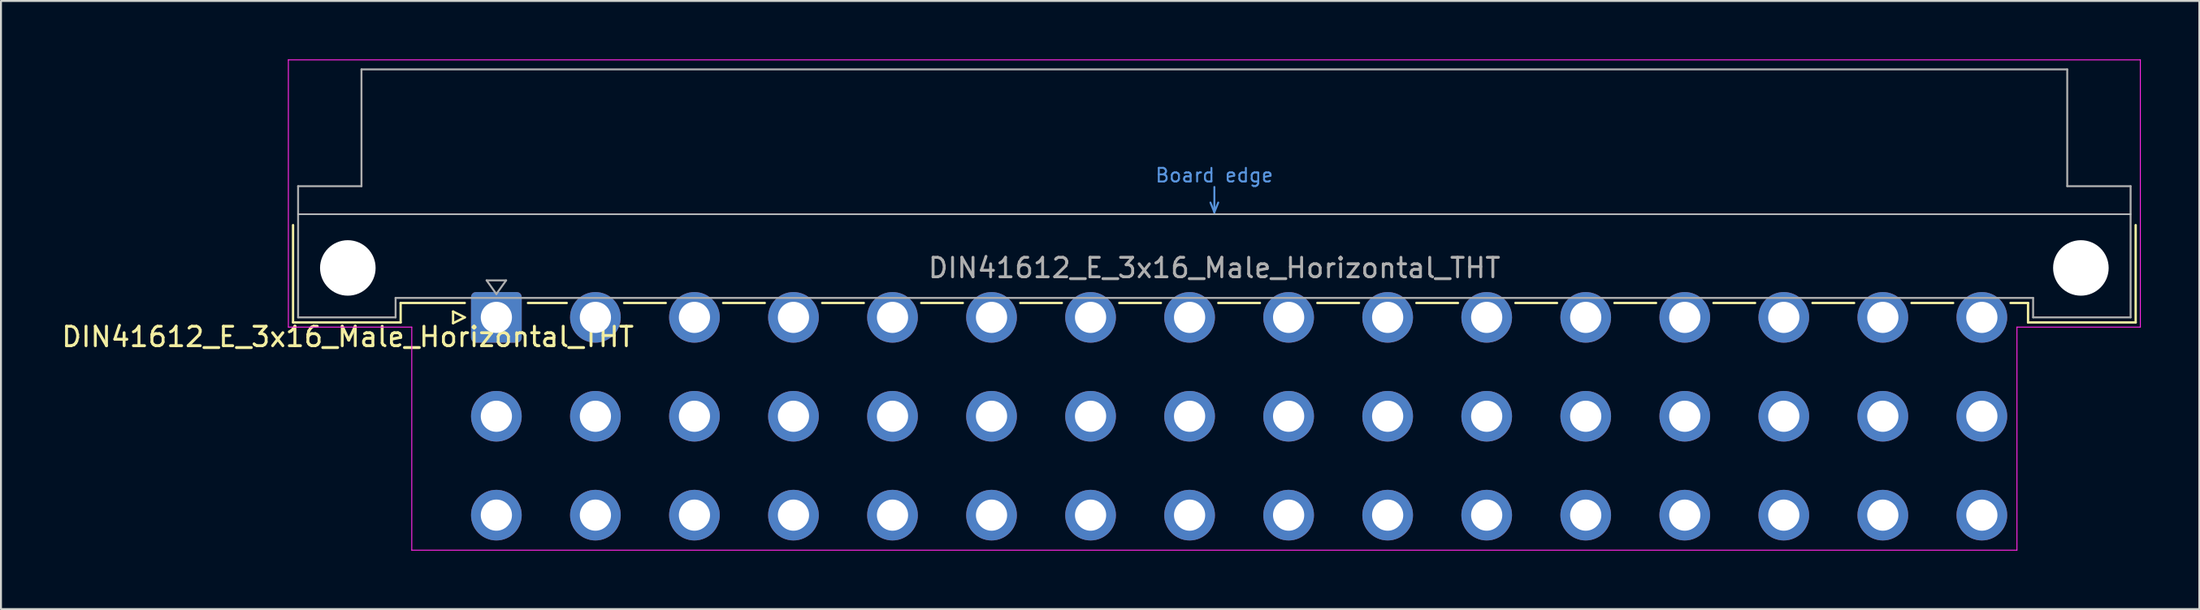
<source format=kicad_pcb>
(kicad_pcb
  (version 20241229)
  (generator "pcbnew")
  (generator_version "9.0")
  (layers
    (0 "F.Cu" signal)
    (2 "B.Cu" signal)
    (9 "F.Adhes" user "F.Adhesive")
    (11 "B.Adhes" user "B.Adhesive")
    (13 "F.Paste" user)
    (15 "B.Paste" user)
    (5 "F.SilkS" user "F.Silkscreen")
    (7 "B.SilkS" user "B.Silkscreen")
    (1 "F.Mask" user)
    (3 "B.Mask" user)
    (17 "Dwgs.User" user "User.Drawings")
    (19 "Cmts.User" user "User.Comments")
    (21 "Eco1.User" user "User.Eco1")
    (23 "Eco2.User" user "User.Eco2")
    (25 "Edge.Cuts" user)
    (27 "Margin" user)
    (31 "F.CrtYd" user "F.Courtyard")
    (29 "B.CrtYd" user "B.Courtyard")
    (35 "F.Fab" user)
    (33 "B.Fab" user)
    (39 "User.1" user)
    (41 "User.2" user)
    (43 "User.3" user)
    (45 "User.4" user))
  (footprint "DIN41612_E_3x16_Male_Horizontal_THT"
    (layer "F.Cu")
    (at 19.872 13.255)
    (property "Reference" "DIN41612_E_3x16_Male_Horizontal_THT" (at -5.08 1 0) (layer "F.SilkS") (effects (font (size 1 1) (thickness 0.15))))
    (attr through_hole)
    (fp_line (start -7.89 -4.74) (end -7.89 0.26) (stroke (width 0.12) (type solid)) (layer "F.SilkS"))
    (fp_line (start -7.89 0.26) (end -2.37 0.26) (stroke (width 0.12) (type solid)) (layer "F.SilkS"))
    (fp_line (start -2.371 -0.74) (end 0.92 -0.74) (stroke (width 0.12) (type solid)) (layer "F.SilkS"))
    (fp_line (start -2.37 0.26) (end -2.37 -0.74) (stroke (width 0.12) (type solid)) (layer "F.SilkS"))
    (fp_line (start 0.32 -0.3) (end 0.32 0.3) (stroke (width 0.12) (type solid)) (layer "F.SilkS"))
    (fp_line (start 0.32 0.3) (end 0.92 0) (stroke (width 0.12) (type solid)) (layer "F.SilkS"))
    (fp_line (start 0.92 0) (end 0.32 -0.3) (stroke (width 0.12) (type solid)) (layer "F.SilkS"))
    (fp_line (start 4.16 -0.74) (end 6.149 -0.74) (stroke (width 0.12) (type solid)) (layer "F.SilkS"))
    (fp_line (start 9.092 -0.74) (end 11.229 -0.74) (stroke (width 0.12) (type solid)) (layer "F.SilkS"))
    (fp_line (start 14.172 -0.74) (end 16.309 -0.74) (stroke (width 0.12) (type solid)) (layer "F.SilkS"))
    (fp_line (start 19.252 -0.74) (end 21.389 -0.74) (stroke (width 0.12) (type solid)) (layer "F.SilkS"))
    (fp_line (start 24.332 -0.74) (end 26.469 -0.74) (stroke (width 0.12) (type solid)) (layer "F.SilkS"))
    (fp_line (start 29.412 -0.74) (end 31.549 -0.74) (stroke (width 0.12) (type solid)) (layer "F.SilkS"))
    (fp_line (start 34.492 -0.74) (end 36.629 -0.74) (stroke (width 0.12) (type solid)) (layer "F.SilkS"))
    (fp_line (start 39.572 -0.74) (end 41.709 -0.74) (stroke (width 0.12) (type solid)) (layer "F.SilkS"))
    (fp_line (start 44.652 -0.74) (end 46.789 -0.74) (stroke (width 0.12) (type solid)) (layer "F.SilkS"))
    (fp_line (start 49.732 -0.74) (end 51.869 -0.74) (stroke (width 0.12) (type solid)) (layer "F.SilkS"))
    (fp_line (start 54.812 -0.74) (end 56.949 -0.74) (stroke (width 0.12) (type solid)) (layer "F.SilkS"))
    (fp_line (start 59.892 -0.74) (end 62.029 -0.74) (stroke (width 0.12) (type solid)) (layer "F.SilkS"))
    (fp_line (start 64.972 -0.74) (end 67.109 -0.74) (stroke (width 0.12) (type solid)) (layer "F.SilkS"))
    (fp_line (start 70.052 -0.74) (end 72.189 -0.74) (stroke (width 0.12) (type solid)) (layer "F.SilkS"))
    (fp_line (start 75.132 -0.74) (end 77.269 -0.74) (stroke (width 0.12) (type solid)) (layer "F.SilkS"))
    (fp_line (start 80.212 -0.74) (end 81.11 -0.74) (stroke (width 0.12) (type solid)) (layer "F.SilkS"))
    (fp_line (start 81.11 0.26) (end 81.11 -0.74) (stroke (width 0.12) (type solid)) (layer "F.SilkS"))
    (fp_line (start 86.63 -4.74) (end 86.63 0.26) (stroke (width 0.12) (type solid)) (layer "F.SilkS"))
    (fp_line (start 86.63 0.26) (end 81.11 0.26) (stroke (width 0.12) (type solid)) (layer "F.SilkS"))
    (fp_line (start -7.63 -5.3) (end 86.37 -5.3) (stroke (width 0.08) (type solid)) (layer "Dwgs.User"))
    (fp_line (start 39.17 -5.9) (end 39.37 -5.4) (stroke (width 0.1) (type solid)) (layer "Cmts.User"))
    (fp_line (start 39.37 -5.4) (end 39.37 -6.7) (stroke (width 0.1) (type solid)) (layer "Cmts.User"))
    (fp_line (start 39.37 -5.4) (end 39.57 -5.9) (stroke (width 0.1) (type solid)) (layer "Cmts.User"))
    (fp_line (start -8.13 -13.23) (end -8.13 0.5) (stroke (width 0.05) (type solid)) (layer "F.CrtYd"))
    (fp_line (start -8.13 0.5) (end -1.8 0.5) (stroke (width 0.05) (type solid)) (layer "F.CrtYd"))
    (fp_line (start -1.8 0.5) (end -1.8 11.96) (stroke (width 0.05) (type solid)) (layer "F.CrtYd"))
    (fp_line (start -1.8 11.96) (end 80.54 11.96) (stroke (width 0.05) (type solid)) (layer "F.CrtYd"))
    (fp_line (start 80.54 0.5) (end 86.87 0.5) (stroke (width 0.05) (type solid)) (layer "F.CrtYd"))
    (fp_line (start 80.54 11.96) (end 80.54 0.5) (stroke (width 0.05) (type solid)) (layer "F.CrtYd"))
    (fp_line (start 86.87 -13.23) (end -8.13 -13.23) (stroke (width 0.05) (type solid)) (layer "F.CrtYd"))
    (fp_line (start 86.87 0.5) (end 86.87 -13.23) (stroke (width 0.05) (type solid)) (layer "F.CrtYd"))
    (fp_line (start -7.63 -6.74) (end -7.63 0) (stroke (width 0.1) (type solid)) (layer "F.Fab"))
    (fp_line (start -7.63 0) (end -2.63 0) (stroke (width 0.1) (type solid)) (layer "F.Fab"))
    (fp_line (start -4.38 -12.74) (end -4.38 -6.74) (stroke (width 0.1) (type solid)) (layer "F.Fab"))
    (fp_line (start -4.38 -6.74) (end -7.63 -6.74) (stroke (width 0.1) (type solid)) (layer "F.Fab"))
    (fp_line (start -2.63 -1) (end 81.37 -1) (stroke (width 0.1) (type solid)) (layer "F.Fab"))
    (fp_line (start -2.63 0) (end -2.63 -1) (stroke (width 0.1) (type solid)) (layer "F.Fab"))
    (fp_line (start 2.04 -1.9) (end 3.04 -1.9) (stroke (width 0.1) (type solid)) (layer "F.Fab"))
    (fp_line (start 2.54 -1.2) (end 2.04 -1.9) (stroke (width 0.1) (type solid)) (layer "F.Fab"))
    (fp_line (start 3.04 -1.9) (end 2.54 -1.2) (stroke (width 0.1) (type solid)) (layer "F.Fab"))
    (fp_line (start 81.37 -1) (end 81.37 0) (stroke (width 0.1) (type solid)) (layer "F.Fab"))
    (fp_line (start 81.37 0) (end 86.37 0) (stroke (width 0.1) (type solid)) (layer "F.Fab"))
    (fp_line (start 83.12 -12.74) (end -4.38 -12.74) (stroke (width 0.1) (type solid)) (layer "F.Fab"))
    (fp_line (start 83.12 -6.74) (end 83.12 -12.74) (stroke (width 0.1) (type solid)) (layer "F.Fab"))
    (fp_line (start 86.37 -6.74) (end 83.12 -6.74) (stroke (width 0.1) (type solid)) (layer "F.Fab"))
    (fp_line (start 86.37 0) (end 86.37 -6.74) (stroke (width 0.1) (type solid)) (layer "F.Fab"))
    (fp_text user "Board edge" (at 39.37 -7.3 0) (layer "Cmts.User") (effects (font (size 0.7 0.7) (thickness 0.1))))
    (fp_text user "${REFERENCE}" (at 39.37 -2.54 0) (layer "F.Fab") (effects (font (size 1 1) (thickness 0.15))))
    (pad "" np_thru_hole circle (at -5.08 -2.54) (size 2.85 2.85) (drill 2.85) (layers "*.Cu" "*.Mask"))
    (pad "" np_thru_hole circle (at 83.82 -2.54) (size 2.85 2.85) (drill 2.85) (layers "*.Cu" "*.Mask"))
    (pad "a2" thru_hole roundrect (at 2.54 0) (size 2.6 2.6) (drill 1.6) (layers "*.Cu" "*.Mask") (roundrect_rratio 0.096))
    (pad "a4" thru_hole circle (at 7.62 0) (size 2.6 2.6) (drill 1.6) (layers "*.Cu" "*.Mask"))
    (pad "a6" thru_hole circle (at 12.7 0) (size 2.6 2.6) (drill 1.6) (layers "*.Cu" "*.Mask"))
    (pad "a8" thru_hole circle (at 17.78 0) (size 2.6 2.6) (drill 1.6) (layers "*.Cu" "*.Mask"))
    (pad "a10" thru_hole circle (at 22.86 0) (size 2.6 2.6) (drill 1.6) (layers "*.Cu" "*.Mask"))
    (pad "a12" thru_hole circle (at 27.94 0) (size 2.6 2.6) (drill 1.6) (layers "*.Cu" "*.Mask"))
    (pad "a14" thru_hole circle (at 33.02 0) (size 2.6 2.6) (drill 1.6) (layers "*.Cu" "*.Mask"))
    (pad "a16" thru_hole circle (at 38.1 0) (size 2.6 2.6) (drill 1.6) (layers "*.Cu" "*.Mask"))
    (pad "a18" thru_hole circle (at 43.18 0) (size 2.6 2.6) (drill 1.6) (layers "*.Cu" "*.Mask"))
    (pad "a20" thru_hole circle (at 48.26 0) (size 2.6 2.6) (drill 1.6) (layers "*.Cu" "*.Mask"))
    (pad "a22" thru_hole circle (at 53.34 0) (size 2.6 2.6) (drill 1.6) (layers "*.Cu" "*.Mask"))
    (pad "a24" thru_hole circle (at 58.42 0) (size 2.6 2.6) (drill 1.6) (layers "*.Cu" "*.Mask"))
    (pad "a26" thru_hole circle (at 63.5 0) (size 2.6 2.6) (drill 1.6) (layers "*.Cu" "*.Mask"))
    (pad "a28" thru_hole circle (at 68.58 0) (size 2.6 2.6) (drill 1.6) (layers "*.Cu" "*.Mask"))
    (pad "a30" thru_hole circle (at 73.66 0) (size 2.6 2.6) (drill 1.6) (layers "*.Cu" "*.Mask"))
    (pad "a32" thru_hole circle (at 78.74 0) (size 2.6 2.6) (drill 1.6) (layers "*.Cu" "*.Mask"))
    (pad "c2" thru_hole circle (at 2.54 5.08) (size 2.6 2.6) (drill 1.6) (layers "*.Cu" "*.Mask"))
    (pad "c4" thru_hole circle (at 7.62 5.08) (size 2.6 2.6) (drill 1.6) (layers "*.Cu" "*.Mask"))
    (pad "c6" thru_hole circle (at 12.7 5.08) (size 2.6 2.6) (drill 1.6) (layers "*.Cu" "*.Mask"))
    (pad "c8" thru_hole circle (at 17.78 5.08) (size 2.6 2.6) (drill 1.6) (layers "*.Cu" "*.Mask"))
    (pad "c10" thru_hole circle (at 22.86 5.08) (size 2.6 2.6) (drill 1.6) (layers "*.Cu" "*.Mask"))
    (pad "c12" thru_hole circle (at 27.94 5.08) (size 2.6 2.6) (drill 1.6) (layers "*.Cu" "*.Mask"))
    (pad "c14" thru_hole circle (at 33.02 5.08) (size 2.6 2.6) (drill 1.6) (layers "*.Cu" "*.Mask"))
    (pad "c16" thru_hole circle (at 38.1 5.08) (size 2.6 2.6) (drill 1.6) (layers "*.Cu" "*.Mask"))
    (pad "c18" thru_hole circle (at 43.18 5.08) (size 2.6 2.6) (drill 1.6) (layers "*.Cu" "*.Mask"))
    (pad "c20" thru_hole circle (at 48.26 5.08) (size 2.6 2.6) (drill 1.6) (layers "*.Cu" "*.Mask"))
    (pad "c22" thru_hole circle (at 53.34 5.08) (size 2.6 2.6) (drill 1.6) (layers "*.Cu" "*.Mask"))
    (pad "c24" thru_hole circle (at 58.42 5.08) (size 2.6 2.6) (drill 1.6) (layers "*.Cu" "*.Mask"))
    (pad "c26" thru_hole circle (at 63.5 5.08) (size 2.6 2.6) (drill 1.6) (layers "*.Cu" "*.Mask"))
    (pad "c28" thru_hole circle (at 68.58 5.08) (size 2.6 2.6) (drill 1.6) (layers "*.Cu" "*.Mask"))
    (pad "c30" thru_hole circle (at 73.66 5.08) (size 2.6 2.6) (drill 1.6) (layers "*.Cu" "*.Mask"))
    (pad "c32" thru_hole circle (at 78.74 5.08) (size 2.6 2.6) (drill 1.6) (layers "*.Cu" "*.Mask"))
    (pad "e2" thru_hole circle (at 2.54 10.16) (size 2.6 2.6) (drill 1.6) (layers "*.Cu" "*.Mask"))
    (pad "e4" thru_hole circle (at 7.62 10.16) (size 2.6 2.6) (drill 1.6) (layers "*.Cu" "*.Mask"))
    (pad "e6" thru_hole circle (at 12.7 10.16) (size 2.6 2.6) (drill 1.6) (layers "*.Cu" "*.Mask"))
    (pad "e8" thru_hole circle (at 17.78 10.16) (size 2.6 2.6) (drill 1.6) (layers "*.Cu" "*.Mask"))
    (pad "e10" thru_hole circle (at 22.86 10.16) (size 2.6 2.6) (drill 1.6) (layers "*.Cu" "*.Mask"))
    (pad "e12" thru_hole circle (at 27.94 10.16) (size 2.6 2.6) (drill 1.6) (layers "*.Cu" "*.Mask"))
    (pad "e14" thru_hole circle (at 33.02 10.16) (size 2.6 2.6) (drill 1.6) (layers "*.Cu" "*.Mask"))
    (pad "e16" thru_hole circle (at 38.1 10.16) (size 2.6 2.6) (drill 1.6) (layers "*.Cu" "*.Mask"))
    (pad "e18" thru_hole circle (at 43.18 10.16) (size 2.6 2.6) (drill 1.6) (layers "*.Cu" "*.Mask"))
    (pad "e20" thru_hole circle (at 48.26 10.16) (size 2.6 2.6) (drill 1.6) (layers "*.Cu" "*.Mask"))
    (pad "e22" thru_hole circle (at 53.34 10.16) (size 2.6 2.6) (drill 1.6) (layers "*.Cu" "*.Mask"))
    (pad "e24" thru_hole circle (at 58.42 10.16) (size 2.6 2.6) (drill 1.6) (layers "*.Cu" "*.Mask"))
    (pad "e26" thru_hole circle (at 63.5 10.16) (size 2.6 2.6) (drill 1.6) (layers "*.Cu" "*.Mask"))
    (pad "e28" thru_hole circle (at 68.58 10.16) (size 2.6 2.6) (drill 1.6) (layers "*.Cu" "*.Mask"))
    (pad "e30" thru_hole circle (at 73.66 10.16) (size 2.6 2.6) (drill 1.6) (layers "*.Cu" "*.Mask"))
    (pad "e32" thru_hole circle (at 78.74 10.16) (size 2.6 2.6) (drill 1.6) (layers "*.Cu" "*.Mask")))
  (gr_rect
    (start -3 -3)
    (end 109.767 28.24)
    (stroke (width 0.1) (type default))
    (fill no)
    (layer "Edge.Cuts")))
</source>
